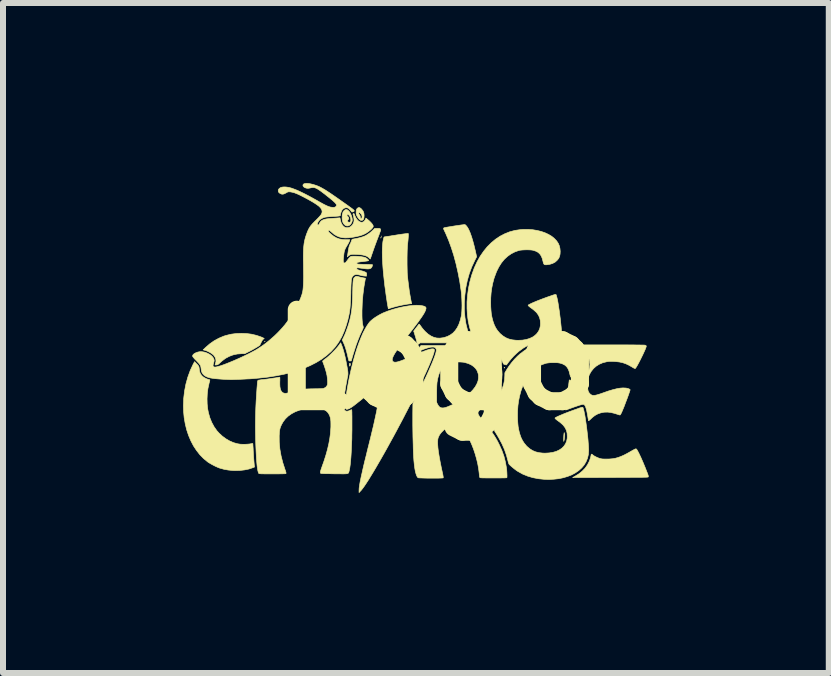
<source format=kicad_pcb>
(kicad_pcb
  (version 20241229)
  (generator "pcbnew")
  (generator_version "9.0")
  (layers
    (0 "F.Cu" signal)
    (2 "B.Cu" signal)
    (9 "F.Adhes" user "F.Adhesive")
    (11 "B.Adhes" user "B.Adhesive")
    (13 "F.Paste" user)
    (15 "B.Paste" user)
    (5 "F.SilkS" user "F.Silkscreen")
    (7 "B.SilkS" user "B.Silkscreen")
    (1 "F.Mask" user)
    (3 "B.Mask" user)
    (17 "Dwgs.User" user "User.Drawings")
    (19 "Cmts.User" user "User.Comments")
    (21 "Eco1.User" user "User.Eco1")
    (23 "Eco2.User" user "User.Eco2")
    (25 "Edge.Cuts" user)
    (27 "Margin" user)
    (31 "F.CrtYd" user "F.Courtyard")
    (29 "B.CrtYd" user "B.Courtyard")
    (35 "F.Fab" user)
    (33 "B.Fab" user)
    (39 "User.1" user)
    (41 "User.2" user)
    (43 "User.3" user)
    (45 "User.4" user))
  (footprint "Logo"
    (layer "F.Cu")
    (at 4.216 2.944)
    (property "Reference" "Logo" (at 0 0 0) (layer "F.SilkS") (effects (font (size 1.524 1.524) (thickness 0.3))))
    (attr through_hole)
    (fp_poly (pts (xy -0.914 -2.045) (xy -0.917 -2.042) (xy -0.919 -2.045) (xy -0.917 -2.047) (xy -0.914 -2.045)) (stroke (width 0.01) (type solid)) (fill yes) (layer "F.SilkS"))
    (fp_poly (pts (xy -0.909 -2.06) (xy -0.912 -2.057) (xy -0.914 -2.06) (xy -0.912 -2.062) (xy -0.909 -2.06)) (stroke (width 0.01) (type solid)) (fill yes) (layer "F.SilkS"))
    (fp_poly (pts (xy -0.921 -2.035) (xy -0.921 -2.029) (xy -0.921 -2.029) (xy -0.924 -2.029) (xy -0.925 -2.032) (xy -0.923 -2.036) (xy -0.921 -2.035)) (stroke (width 0.01) (type solid)) (fill yes) (layer "F.SilkS"))
    (fp_poly (pts (xy 1.138 0.125) (xy 1.141 0.131) (xy 1.14 0.132) (xy 1.135 0.137) (xy 1.133 0.132) (xy 1.133 0.129) (xy 1.135 0.124) (xy 1.138 0.125)) (stroke (width 0.01) (type solid)) (fill yes) (layer "F.SilkS"))
    (fp_poly (pts (xy -2.851 -0.307) (xy -2.852 -0.305) (xy -2.857 -0.3) (xy -2.858 -0.3) (xy -2.858 -0.303) (xy -2.857 -0.305) (xy -2.853 -0.31) (xy -2.852 -0.31) (xy -2.851 -0.307)) (stroke (width 0.01) (type solid)) (fill yes) (layer "F.SilkS"))
    (fp_poly (pts (xy -1.43 0.062) (xy -1.428 0.067) (xy -1.43 0.079) (xy -1.43 0.08) (xy -1.433 0.094) (xy -1.438 0.103) (xy -1.441 0.105) (xy -1.443 0.099) (xy -1.443 0.096) (xy -1.444 0.081) (xy -1.446 0.072) (xy -1.447 0.064) (xy -1.44 0.061) (xy -1.438 0.061) (xy -1.43 0.062)) (stroke (width 0.01) (type solid)) (fill yes) (layer "F.SilkS"))
    (fp_poly (pts (xy 2.134 1.214) (xy 2.136 1.229) (xy 2.138 1.251) (xy 2.138 1.276) (xy 2.136 1.302) (xy 2.134 1.324) (xy 2.131 1.339) (xy 2.125 1.359) (xy 2.124 1.328) (xy 2.124 1.306) (xy 2.125 1.283) (xy 2.126 1.26) (xy 2.128 1.24) (xy 2.13 1.224) (xy 2.132 1.215) (xy 2.133 1.213) (xy 2.134 1.214)) (stroke (width 0.01) (type solid)) (fill yes) (layer "F.SilkS"))
    (fp_poly (pts (xy -1.266 -2.53) (xy -1.247 -2.515) (xy -1.24 -2.507) (xy -1.221 -2.483) (xy -1.209 -2.46) (xy -1.203 -2.434) (xy -1.201 -2.403) (xy -1.203 -2.371) (xy -1.208 -2.348) (xy -1.218 -2.332) (xy -1.231 -2.324) (xy -1.241 -2.323) (xy -1.254 -2.323) (xy -1.265 -2.328) (xy -1.279 -2.339) (xy -1.292 -2.353) (xy -1.306 -2.372) (xy -1.316 -2.389) (xy -1.325 -2.407) (xy -1.331 -2.422) (xy -1.333 -2.438) (xy -1.333 -2.442) (xy -1.293 -2.442) (xy -1.292 -2.436) (xy -1.286 -2.426) (xy -1.28 -2.419) (xy -1.268 -2.4) (xy -1.264 -2.383) (xy -1.264 -2.381) (xy -1.262 -2.365) (xy -1.256 -2.355) (xy -1.248 -2.353) (xy -1.241 -2.358) (xy -1.237 -2.367) (xy -1.235 -2.381) (xy -1.234 -2.385) (xy -1.239 -2.408) (xy -1.252 -2.43) (xy -1.27 -2.447) (xy -1.279 -2.452) (xy -1.285 -2.45) (xy -1.289 -2.447) (xy -1.293 -2.442) (xy -1.333 -2.442) (xy -1.333 -2.46) (xy -1.332 -2.488) (xy -1.326 -2.509) (xy -1.314 -2.524) (xy -1.299 -2.534) (xy -1.283 -2.537) (xy -1.266 -2.53)) (stroke (width 0.01) (type solid)) (fill yes) (layer "F.SilkS"))
    (fp_poly (pts (xy -1.479 -2.498) (xy -1.461 -2.484) (xy -1.441 -2.461) (xy -1.424 -2.43) (xy -1.41 -2.395) (xy -1.4 -2.359) (xy -1.397 -2.325) (xy -1.397 -2.324) (xy -1.401 -2.305) (xy -1.41 -2.282) (xy -1.423 -2.261) (xy -1.438 -2.245) (xy -1.442 -2.243) (xy -1.466 -2.231) (xy -1.489 -2.23) (xy -1.512 -2.239) (xy -1.523 -2.248) (xy -1.543 -2.269) (xy -1.556 -2.294) (xy -1.564 -2.324) (xy -1.567 -2.361) (xy -1.567 -2.37) (xy -1.565 -2.41) (xy -1.565 -2.411) (xy -1.487 -2.411) (xy -1.486 -2.405) (xy -1.48 -2.397) (xy -1.475 -2.391) (xy -1.461 -2.374) (xy -1.455 -2.36) (xy -1.458 -2.347) (xy -1.465 -2.336) (xy -1.474 -2.325) (xy -1.478 -2.315) (xy -1.478 -2.314) (xy -1.474 -2.302) (xy -1.463 -2.295) (xy -1.45 -2.291) (xy -1.437 -2.293) (xy -1.427 -2.302) (xy -1.427 -2.302) (xy -1.422 -2.321) (xy -1.423 -2.345) (xy -1.429 -2.37) (xy -1.44 -2.393) (xy -1.455 -2.411) (xy -1.459 -2.415) (xy -1.469 -2.422) (xy -1.475 -2.422) (xy -1.482 -2.417) (xy -1.487 -2.411) (xy -1.565 -2.411) (xy -1.559 -2.441) (xy -1.55 -2.466) (xy -1.535 -2.485) (xy -1.531 -2.489) (xy -1.513 -2.501) (xy -1.497 -2.504) (xy -1.479 -2.498)) (stroke (width 0.01) (type solid)) (fill yes) (layer "F.SilkS"))
    (fp_poly (pts (xy -3.16 -0.438) (xy -3.076 -0.427) (xy -2.997 -0.408) (xy -2.966 -0.398) (xy -2.936 -0.388) (xy -2.91 -0.378) (xy -2.889 -0.369) (xy -2.874 -0.361) (xy -2.866 -0.355) (xy -2.865 -0.351) (xy -2.87 -0.351) (xy -2.878 -0.346) (xy -2.889 -0.335) (xy -2.901 -0.318) (xy -2.912 -0.298) (xy -2.919 -0.282) (xy -2.928 -0.264) (xy -2.936 -0.248) (xy -2.943 -0.239) (xy -2.943 -0.239) (xy -2.958 -0.229) (xy -2.98 -0.215) (xy -3.007 -0.199) (xy -3.038 -0.181) (xy -3.07 -0.163) (xy -3.102 -0.146) (xy -3.12 -0.137) (xy -3.19 -0.102) (xy -3.243 -0.102) (xy -3.314 -0.097) (xy -3.383 -0.082) (xy -3.447 -0.058) (xy -3.509 -0.025) (xy -3.566 0.018) (xy -3.594 0.043) (xy -3.611 0.059) (xy -3.627 0.072) (xy -3.64 0.08) (xy -3.644 0.082) (xy -3.661 0.085) (xy -3.674 0.086) (xy -3.682 0.084) (xy -3.683 0.083) (xy -3.681 0.076) (xy -3.677 0.063) (xy -3.676 0.058) (xy -3.668 0.024) (xy -3.671 -0.01) (xy -3.683 -0.043) (xy -3.704 -0.074) (xy -3.72 -0.089) (xy -3.742 -0.106) (xy -3.771 -0.124) (xy -3.803 -0.14) (xy -3.834 -0.153) (xy -3.855 -0.159) (xy -3.882 -0.166) (xy -3.841 -0.206) (xy -3.773 -0.265) (xy -3.699 -0.317) (xy -3.62 -0.36) (xy -3.537 -0.395) (xy -3.494 -0.408) (xy -3.415 -0.427) (xy -3.331 -0.438) (xy -3.245 -0.441) (xy -3.16 -0.438)) (stroke (width 0.01) (type solid)) (fill yes) (layer "F.SilkS"))
    (fp_poly (pts (xy -0.958 -2.189) (xy -0.944 -2.188) (xy -0.936 -2.186) (xy -0.931 -2.182) (xy -0.93 -2.18) (xy -0.925 -2.168) (xy -0.925 -2.162) (xy -0.926 -2.155) (xy -0.931 -2.14) (xy -0.939 -2.119) (xy -0.949 -2.091) (xy -0.961 -2.06) (xy -0.974 -2.025) (xy -0.975 -2.023) (xy -0.991 -1.981) (xy -1.008 -1.935) (xy -1.025 -1.889) (xy -1.041 -1.844) (xy -1.055 -1.804) (xy -1.061 -1.786) (xy -1.072 -1.755) (xy -1.081 -1.728) (xy -1.089 -1.705) (xy -1.095 -1.689) (xy -1.098 -1.68) (xy -1.099 -1.679) (xy -1.102 -1.682) (xy -1.11 -1.69) (xy -1.113 -1.694) (xy -1.134 -1.712) (xy -1.16 -1.727) (xy -1.193 -1.739) (xy -1.234 -1.748) (xy -1.283 -1.753) (xy -1.329 -1.756) (xy -1.365 -1.757) (xy -1.392 -1.757) (xy -1.413 -1.755) (xy -1.43 -1.751) (xy -1.444 -1.744) (xy -1.457 -1.735) (xy -1.462 -1.731) (xy -1.48 -1.715) (xy -1.476 -1.74) (xy -1.469 -1.787) (xy -1.464 -1.824) (xy -1.458 -1.854) (xy -1.453 -1.878) (xy -1.447 -1.897) (xy -1.442 -1.912) (xy -1.435 -1.925) (xy -1.435 -1.925) (xy -1.425 -1.946) (xy -1.416 -1.968) (xy -1.412 -1.98) (xy -1.406 -1.997) (xy -1.4 -2.006) (xy -1.395 -2.009) (xy -1.385 -2.011) (xy -1.369 -2.014) (xy -1.348 -2.018) (xy -1.339 -2.019) (xy -1.299 -2.028) (xy -1.26 -2.038) (xy -1.224 -2.049) (xy -1.193 -2.061) (xy -1.181 -2.066) (xy -1.147 -2.086) (xy -1.111 -2.111) (xy -1.078 -2.137) (xy -1.054 -2.159) (xy -1.025 -2.189) (xy -0.98 -2.189) (xy -0.958 -2.189)) (stroke (width 0.01) (type solid)) (fill yes) (layer "F.SilkS"))
    (fp_poly (pts (xy -1.301 -1.387) (xy -1.284 -1.382) (xy -1.262 -1.376) (xy -1.235 -1.37) (xy -1.215 -1.366) (xy -1.178 -1.359) (xy -1.181 -1.344) (xy -1.203 -1.218) (xy -1.22 -1.087) (xy -1.231 -0.953) (xy -1.236 -0.82) (xy -1.236 -0.787) (xy -1.236 -0.737) (xy -1.235 -0.694) (xy -1.233 -0.658) (xy -1.23 -0.627) (xy -1.226 -0.599) (xy -1.221 -0.573) (xy -1.215 -0.551) (xy -1.214 -0.543) (xy -1.215 -0.534) (xy -1.219 -0.521) (xy -1.227 -0.503) (xy -1.237 -0.483) (xy -1.268 -0.416) (xy -1.299 -0.339) (xy -1.331 -0.254) (xy -1.361 -0.162) (xy -1.391 -0.066) (xy -1.415 0.018) (xy -1.434 0.019) (xy -1.449 0.019) (xy -1.455 0.014) (xy -1.457 0.007) (xy -1.461 -0.008) (xy -1.466 -0.029) (xy -1.472 -0.055) (xy -1.475 -0.069) (xy -1.492 -0.137) (xy -1.509 -0.195) (xy -1.527 -0.246) (xy -1.545 -0.288) (xy -1.565 -0.33) (xy -1.547 -0.366) (xy -1.524 -0.415) (xy -1.501 -0.472) (xy -1.479 -0.533) (xy -1.458 -0.596) (xy -1.441 -0.657) (xy -1.438 -0.668) (xy -1.429 -0.708) (xy -1.42 -0.747) (xy -1.414 -0.785) (xy -1.408 -0.824) (xy -1.403 -0.865) (xy -1.4 -0.91) (xy -1.397 -0.96) (xy -1.394 -1.018) (xy -1.392 -1.084) (xy -1.392 -1.096) (xy -1.39 -1.154) (xy -1.389 -1.203) (xy -1.387 -1.243) (xy -1.386 -1.276) (xy -1.384 -1.302) (xy -1.382 -1.322) (xy -1.379 -1.338) (xy -1.376 -1.35) (xy -1.372 -1.36) (xy -1.367 -1.367) (xy -1.362 -1.373) (xy -1.359 -1.375) (xy -1.347 -1.385) (xy -1.335 -1.39) (xy -1.32 -1.391) (xy -1.301 -1.387)) (stroke (width 0.01) (type solid)) (fill yes) (layer "F.SilkS"))
    (fp_poly (pts (xy 3.334 1.485) (xy 3.339 1.49) (xy 3.344 1.497) (xy 3.346 1.5) (xy 3.358 1.521) (xy 3.373 1.549) (xy 3.39 1.584) (xy 3.409 1.624) (xy 3.428 1.667) (xy 3.448 1.713) (xy 3.467 1.759) (xy 3.479 1.788) (xy 3.496 1.831) (xy 3.509 1.865) (xy 3.52 1.892) (xy 3.527 1.912) (xy 3.532 1.927) (xy 3.534 1.938) (xy 3.534 1.945) (xy 3.533 1.95) (xy 3.531 1.952) (xy 3.528 1.953) (xy 3.52 1.954) (xy 3.508 1.955) (xy 3.489 1.956) (xy 3.465 1.956) (xy 3.435 1.957) (xy 3.398 1.957) (xy 3.354 1.958) (xy 3.303 1.958) (xy 3.243 1.958) (xy 3.175 1.959) (xy 3.098 1.959) (xy 3.012 1.959) (xy 2.917 1.96) (xy 2.899 1.96) (xy 2.273 1.961) (xy 2.311 1.94) (xy 2.376 1.9) (xy 2.432 1.855) (xy 2.48 1.806) (xy 2.519 1.751) (xy 2.55 1.691) (xy 2.563 1.654) (xy 2.57 1.632) (xy 2.576 1.61) (xy 2.579 1.595) (xy 2.582 1.578) (xy 2.588 1.571) (xy 2.596 1.573) (xy 2.604 1.58) (xy 2.617 1.591) (xy 2.637 1.604) (xy 2.662 1.617) (xy 2.69 1.63) (xy 2.717 1.64) (xy 2.717 1.64) (xy 2.733 1.645) (xy 2.748 1.648) (xy 2.763 1.651) (xy 2.782 1.652) (xy 2.806 1.653) (xy 2.837 1.653) (xy 2.889 1.652) (xy 2.937 1.648) (xy 2.984 1.64) (xy 3.03 1.627) (xy 3.077 1.61) (xy 3.127 1.588) (xy 3.181 1.56) (xy 3.236 1.529) (xy 3.267 1.511) (xy 3.291 1.498) (xy 3.308 1.489) (xy 3.32 1.484) (xy 3.328 1.483) (xy 3.334 1.485)) (stroke (width 0.01) (type solid)) (fill yes) (layer "F.SilkS"))
    (fp_poly (pts (xy -0.468 -2.106) (xy -0.465 -2.102) (xy -0.463 -2.093) (xy -0.463 -2.079) (xy -0.464 -2.057) (xy -0.466 -2.029) (xy -0.469 -1.991) (xy -0.474 -1.945) (xy -0.476 -1.928) (xy -0.479 -1.896) (xy -0.481 -1.856) (xy -0.483 -1.81) (xy -0.484 -1.758) (xy -0.485 -1.704) (xy -0.485 -1.648) (xy -0.485 -1.593) (xy -0.484 -1.54) (xy -0.483 -1.491) (xy -0.482 -1.448) (xy -0.48 -1.413) (xy -0.478 -1.4) (xy -0.472 -1.336) (xy -0.464 -1.273) (xy -0.456 -1.21) (xy -0.448 -1.15) (xy -0.439 -1.093) (xy -0.43 -1.043) (xy -0.422 -0.999) (xy -0.415 -0.965) (xy -0.408 -0.936) (xy -0.44 -0.933) (xy -0.49 -0.926) (xy -0.546 -0.916) (xy -0.604 -0.904) (xy -0.663 -0.89) (xy -0.718 -0.875) (xy -0.761 -0.862) (xy -0.778 -0.856) (xy -0.791 -0.852) (xy -0.797 -0.85) (xy -0.798 -0.85) (xy -0.798 -0.855) (xy -0.801 -0.869) (xy -0.804 -0.887) (xy -0.808 -0.907) (xy -0.811 -0.926) (xy -0.816 -0.954) (xy -0.821 -0.988) (xy -0.827 -1.027) (xy -0.833 -1.068) (xy -0.839 -1.11) (xy -0.84 -1.123) (xy -0.856 -1.235) (xy -0.868 -1.343) (xy -0.879 -1.446) (xy -0.887 -1.542) (xy -0.893 -1.632) (xy -0.897 -1.715) (xy -0.898 -1.79) (xy -0.897 -1.857) (xy -0.893 -1.916) (xy -0.888 -1.965) (xy -0.887 -1.971) (xy -0.882 -1.996) (xy -0.877 -2.018) (xy -0.872 -2.035) (xy -0.868 -2.045) (xy -0.866 -2.047) (xy -0.861 -2.048) (xy -0.847 -2.05) (xy -0.825 -2.054) (xy -0.796 -2.058) (xy -0.762 -2.063) (xy -0.723 -2.07) (xy -0.68 -2.076) (xy -0.67 -2.078) (xy -0.626 -2.085) (xy -0.586 -2.091) (xy -0.55 -2.096) (xy -0.519 -2.1) (xy -0.494 -2.103) (xy -0.477 -2.105) (xy -0.469 -2.106) (xy -0.468 -2.106)) (stroke (width 0.01) (type solid)) (fill yes) (layer "F.SilkS"))
    (fp_poly (pts (xy -3.989 0.068) (xy -3.973 0.084) (xy -3.963 0.097) (xy -3.955 0.109) (xy -3.951 0.123) (xy -3.948 0.141) (xy -3.945 0.166) (xy -3.945 0.172) (xy -3.938 0.205) (xy -3.926 0.234) (xy -3.905 0.262) (xy -3.9 0.267) (xy -3.881 0.284) (xy -3.855 0.301) (xy -3.827 0.315) (xy -3.8 0.325) (xy -3.79 0.328) (xy -3.776 0.331) (xy -3.771 0.335) (xy -3.771 0.342) (xy -3.771 0.342) (xy -3.773 0.352) (xy -3.777 0.368) (xy -3.783 0.389) (xy -3.786 0.404) (xy -3.803 0.482) (xy -3.813 0.565) (xy -3.817 0.65) (xy -3.815 0.734) (xy -3.807 0.814) (xy -3.794 0.881) (xy -3.77 0.966) (xy -3.738 1.044) (xy -3.699 1.116) (xy -3.653 1.181) (xy -3.616 1.222) (xy -3.562 1.272) (xy -3.502 1.316) (xy -3.44 1.352) (xy -3.375 1.38) (xy -3.31 1.398) (xy -3.287 1.402) (xy -3.257 1.406) (xy -3.22 1.407) (xy -3.181 1.407) (xy -3.142 1.405) (xy -3.109 1.402) (xy -3.096 1.4) (xy -3.077 1.396) (xy -3.063 1.394) (xy -3.055 1.394) (xy -3.055 1.394) (xy -3.054 1.399) (xy -3.053 1.413) (xy -3.052 1.434) (xy -3.05 1.461) (xy -3.048 1.492) (xy -3.048 1.504) (xy -3.044 1.575) (xy -3.04 1.638) (xy -3.035 1.698) (xy -3.03 1.756) (xy -3.026 1.786) (xy -3.054 1.797) (xy -3.119 1.819) (xy -3.192 1.834) (xy -3.27 1.843) (xy -3.352 1.845) (xy -3.396 1.843) (xy -3.465 1.836) (xy -3.533 1.824) (xy -3.597 1.806) (xy -3.6 1.806) (xy -3.637 1.792) (xy -3.679 1.773) (xy -3.722 1.751) (xy -3.763 1.728) (xy -3.799 1.706) (xy -3.807 1.7) (xy -3.874 1.645) (xy -3.935 1.583) (xy -3.991 1.512) (xy -4.042 1.435) (xy -4.086 1.351) (xy -4.124 1.262) (xy -4.156 1.167) (xy -4.18 1.068) (xy -4.198 0.965) (xy -4.208 0.859) (xy -4.211 0.767) (xy -4.206 0.643) (xy -4.192 0.522) (xy -4.169 0.403) (xy -4.137 0.288) (xy -4.097 0.178) (xy -4.05 0.077) (xy -4.025 0.03) (xy -3.989 0.068)) (stroke (width 0.01) (type solid)) (fill yes) (layer "F.SilkS"))
    (fp_poly (pts (xy 0.478 -2.253) (xy 0.491 -2.245) (xy 0.505 -2.229) (xy 0.522 -2.207) (xy 0.537 -2.18) (xy 0.546 -2.162) (xy 0.567 -2.113) (xy 0.588 -2.054) (xy 0.609 -1.986) (xy 0.63 -1.908) (xy 0.651 -1.82) (xy 0.653 -1.812) (xy 0.674 -1.717) (xy 0.645 -1.66) (xy 0.593 -1.549) (xy 0.551 -1.436) (xy 0.518 -1.319) (xy 0.493 -1.197) (xy 0.477 -1.071) (xy 0.469 -0.942) (xy 0.469 -0.822) (xy 0.479 -0.708) (xy 0.496 -0.599) (xy 0.522 -0.495) (xy 0.557 -0.395) (xy 0.583 -0.335) (xy 0.608 -0.282) (xy -0.268 -0.282) (xy -0.309 -0.25) (xy -0.327 -0.319) (xy -0.335 -0.349) (xy -0.344 -0.381) (xy -0.353 -0.41) (xy -0.36 -0.433) (xy -0.36 -0.434) (xy -0.375 -0.479) (xy -0.334 -0.533) (xy -0.318 -0.554) (xy -0.304 -0.572) (xy -0.294 -0.585) (xy -0.288 -0.593) (xy -0.287 -0.593) (xy -0.283 -0.595) (xy -0.277 -0.59) (xy -0.269 -0.579) (xy -0.256 -0.561) (xy -0.254 -0.558) (xy -0.239 -0.537) (xy -0.219 -0.512) (xy -0.197 -0.487) (xy -0.181 -0.47) (xy -0.134 -0.428) (xy -0.087 -0.397) (xy -0.039 -0.375) (xy 0.01 -0.363) (xy 0.061 -0.361) (xy 0.115 -0.368) (xy 0.13 -0.371) (xy 0.186 -0.389) (xy 0.236 -0.415) (xy 0.28 -0.447) (xy 0.318 -0.488) (xy 0.351 -0.536) (xy 0.379 -0.593) (xy 0.401 -0.658) (xy 0.419 -0.732) (xy 0.42 -0.738) (xy 0.424 -0.769) (xy 0.427 -0.808) (xy 0.429 -0.854) (xy 0.43 -0.904) (xy 0.429 -0.957) (xy 0.427 -1.011) (xy 0.424 -1.064) (xy 0.42 -1.114) (xy 0.415 -1.153) (xy 0.392 -1.308) (xy 0.363 -1.457) (xy 0.33 -1.602) (xy 0.293 -1.74) (xy 0.251 -1.871) (xy 0.206 -1.994) (xy 0.157 -2.109) (xy 0.143 -2.138) (xy 0.132 -2.161) (xy 0.125 -2.177) (xy 0.123 -2.187) (xy 0.124 -2.193) (xy 0.129 -2.198) (xy 0.131 -2.199) (xy 0.139 -2.201) (xy 0.155 -2.205) (xy 0.178 -2.209) (xy 0.207 -2.214) (xy 0.239 -2.219) (xy 0.275 -2.225) (xy 0.311 -2.231) (xy 0.348 -2.236) (xy 0.382 -2.241) (xy 0.414 -2.246) (xy 0.44 -2.249) (xy 0.461 -2.252) (xy 0.474 -2.253) (xy 0.478 -2.253)) (stroke (width 0.01) (type solid)) (fill yes) (layer "F.SilkS"))
    (fp_poly (pts (xy 3.005 -0.249) (xy 3.093 -0.249) (xy 3.172 -0.249) (xy 3.241 -0.248) (xy 3.301 -0.248) (xy 3.352 -0.247) (xy 3.394 -0.247) (xy 3.428 -0.246) (xy 3.454 -0.246) (xy 3.472 -0.245) (xy 3.482 -0.244) (xy 3.484 -0.243) (xy 3.497 -0.236) (xy 3.5 -0.227) (xy 3.498 -0.216) (xy 3.491 -0.198) (xy 3.482 -0.173) (xy 3.469 -0.144) (xy 3.454 -0.111) (xy 3.437 -0.075) (xy 3.419 -0.039) (xy 3.401 -0.002) (xy 3.383 0.033) (xy 3.366 0.065) (xy 3.35 0.094) (xy 3.336 0.117) (xy 3.325 0.134) (xy 3.317 0.144) (xy 3.314 0.146) (xy 3.307 0.144) (xy 3.294 0.138) (xy 3.277 0.129) (xy 3.268 0.123) (xy 3.213 0.091) (xy 3.16 0.066) (xy 3.107 0.048) (xy 3.052 0.036) (xy 2.99 0.029) (xy 2.957 0.027) (xy 2.92 0.026) (xy 2.891 0.026) (xy 2.866 0.028) (xy 2.841 0.032) (xy 2.837 0.033) (xy 2.774 0.049) (xy 2.716 0.074) (xy 2.665 0.106) (xy 2.621 0.145) (xy 2.583 0.192) (xy 2.553 0.244) (xy 2.534 0.295) (xy 2.529 0.311) (xy 2.526 0.327) (xy 2.524 0.344) (xy 2.523 0.365) (xy 2.522 0.392) (xy 2.522 0.411) (xy 2.523 0.452) (xy 2.525 0.484) (xy 2.529 0.509) (xy 2.536 0.529) (xy 2.545 0.546) (xy 2.558 0.562) (xy 2.56 0.564) (xy 2.573 0.576) (xy 2.587 0.585) (xy 2.603 0.591) (xy 2.621 0.593) (xy 2.643 0.592) (xy 2.67 0.586) (xy 2.703 0.577) (xy 2.743 0.564) (xy 2.791 0.547) (xy 2.791 0.547) (xy 2.871 0.519) (xy 2.942 0.498) (xy 3.006 0.482) (xy 3.062 0.472) (xy 3.111 0.468) (xy 3.153 0.47) (xy 3.165 0.471) (xy 3.193 0.477) (xy 3.214 0.485) (xy 3.227 0.493) (xy 3.231 0.5) (xy 3.229 0.507) (xy 3.224 0.522) (xy 3.217 0.543) (xy 3.208 0.57) (xy 3.197 0.601) (xy 3.185 0.634) (xy 3.172 0.668) (xy 3.159 0.702) (xy 3.147 0.734) (xy 3.136 0.763) (xy 3.131 0.777) (xy 3.113 0.82) (xy 3.098 0.856) (xy 3.085 0.885) (xy 3.074 0.905) (xy 3.066 0.917) (xy 3.062 0.919) (xy 3.053 0.918) (xy 3.039 0.914) (xy 3.025 0.909) (xy 2.963 0.89) (xy 2.907 0.877) (xy 2.857 0.871) (xy 2.811 0.872) (xy 2.795 0.873) (xy 2.741 0.884) (xy 2.692 0.901) (xy 2.646 0.926) (xy 2.603 0.959) (xy 2.582 0.979) (xy 2.565 0.995) (xy 2.551 1.007) (xy 2.542 1.014) (xy 2.538 1.015) (xy 2.536 1.007) (xy 2.534 0.992) (xy 2.53 0.971) (xy 2.526 0.946) (xy 2.525 0.94) (xy 2.515 0.885) (xy 2.506 0.841) (xy 2.496 0.805) (xy 2.487 0.778) (xy 2.476 0.759) (xy 2.465 0.747) (xy 2.453 0.742) (xy 2.449 0.742) (xy 2.436 0.743) (xy 2.415 0.748) (xy 2.387 0.756) (xy 2.351 0.768) (xy 2.307 0.783) (xy 2.262 0.799) (xy 2.232 0.81) (xy 2.205 0.82) (xy 2.183 0.828) (xy 2.168 0.833) (xy 2.16 0.836) (xy 2.159 0.836) (xy 2.16 0.828) (xy 2.161 0.811) (xy 2.164 0.786) (xy 2.167 0.755) (xy 2.171 0.72) (xy 2.175 0.68) (xy 2.18 0.638) (xy 2.185 0.595) (xy 2.19 0.552) (xy 2.195 0.511) (xy 2.195 0.509) (xy 2.217 0.335) (xy 2.232 0.339) (xy 2.253 0.341) (xy 2.28 0.341) (xy 2.31 0.339) (xy 2.341 0.334) (xy 2.359 0.33) (xy 2.411 0.313) (xy 2.455 0.288) (xy 2.492 0.256) (xy 2.522 0.219) (xy 2.543 0.176) (xy 2.556 0.128) (xy 2.56 0.076) (xy 2.555 0.021) (xy 2.541 -0.035) (xy 2.518 -0.087) (xy 2.485 -0.135) (xy 2.443 -0.179) (xy 2.392 -0.218) (xy 2.392 -0.218) (xy 2.346 -0.249) (xy 2.907 -0.249) (xy 3.005 -0.249)) (stroke (width 0.01) (type solid)) (fill yes) (layer "F.SilkS"))
    (fp_poly (pts (xy -0.277 -0.907) (xy -0.258 -0.905) (xy -0.223 -0.899) (xy -0.198 -0.892) (xy -0.181 -0.883) (xy -0.171 -0.872) (xy -0.169 -0.859) (xy -0.17 -0.852) (xy -0.174 -0.836) (xy -0.181 -0.817) (xy -0.191 -0.795) (xy -0.205 -0.77) (xy -0.223 -0.741) (xy -0.245 -0.708) (xy -0.272 -0.67) (xy -0.303 -0.626) (xy -0.34 -0.577) (xy -0.382 -0.521) (xy -0.431 -0.458) (xy -0.465 -0.414) (xy -0.516 -0.347) (xy -0.562 -0.287) (xy -0.601 -0.234) (xy -0.635 -0.188) (xy -0.663 -0.147) (xy -0.686 -0.112) (xy -0.704 -0.081) (xy -0.717 -0.055) (xy -0.726 -0.033) (xy -0.731 -0.014) (xy -0.732 0.001) (xy -0.729 0.014) (xy -0.724 0.024) (xy -0.713 0.033) (xy -0.699 0.038) (xy -0.698 0.038) (xy -0.686 0.04) (xy -0.673 0.039) (xy -0.656 0.037) (xy -0.636 0.032) (xy -0.612 0.025) (xy -0.583 0.015) (xy -0.549 0.002) (xy -0.508 -0.014) (xy -0.461 -0.034) (xy -0.406 -0.057) (xy -0.343 -0.085) (xy -0.312 -0.098) (xy -0.255 -0.123) (xy -0.205 -0.143) (xy -0.163 -0.159) (xy -0.128 -0.17) (xy -0.099 -0.178) (xy -0.075 -0.182) (xy -0.056 -0.183) (xy -0.043 -0.181) (xy -0.035 -0.177) (xy -0.031 -0.169) (xy -0.03 -0.158) (xy -0.033 -0.139) (xy -0.04 -0.111) (xy -0.052 -0.075) (xy -0.068 -0.031) (xy -0.088 0.02) (xy -0.112 0.078) (xy -0.14 0.142) (xy -0.171 0.212) (xy -0.207 0.288) (xy -0.245 0.369) (xy -0.286 0.454) (xy -0.331 0.544) (xy -0.348 0.579) (xy -0.399 0.681) (xy -0.452 0.784) (xy -0.505 0.886) (xy -0.558 0.989) (xy -0.612 1.09) (xy -0.665 1.19) (xy -0.718 1.288) (xy -0.771 1.384) (xy -0.822 1.477) (xy -0.872 1.566) (xy -0.921 1.652) (xy -0.968 1.733) (xy -1.012 1.809) (xy -1.055 1.881) (xy -1.095 1.946) (xy -1.131 2.005) (xy -1.165 2.057) (xy -1.195 2.102) (xy -1.222 2.139) (xy -1.244 2.168) (xy -1.258 2.183) (xy -1.285 2.212) (xy -1.285 2.178) (xy -1.284 2.158) (xy -1.283 2.135) (xy -1.279 2.108) (xy -1.274 2.075) (xy -1.268 2.038) (xy -1.259 1.995) (xy -1.249 1.945) (xy -1.236 1.889) (xy -1.222 1.826) (xy -1.206 1.756) (xy -1.187 1.677) (xy -1.165 1.59) (xy -1.142 1.494) (xy -1.12 1.407) (xy -1.092 1.294) (xy -1.067 1.19) (xy -1.044 1.095) (xy -1.025 1.009) (xy -1.008 0.931) (xy -0.993 0.862) (xy -0.982 0.8) (xy -0.972 0.745) (xy -0.966 0.698) (xy -0.961 0.657) (xy -0.959 0.622) (xy -0.959 0.594) (xy -0.962 0.571) (xy -0.966 0.554) (xy -0.967 0.552) (xy -0.98 0.534) (xy -0.998 0.523) (xy -1.02 0.521) (xy -1.033 0.524) (xy -1.048 0.528) (xy -1.063 0.534) (xy -1.078 0.542) (xy -1.096 0.552) (xy -1.117 0.565) (xy -1.141 0.582) (xy -1.169 0.604) (xy -1.204 0.63) (xy -1.244 0.662) (xy -1.269 0.682) (xy -1.31 0.714) (xy -1.344 0.741) (xy -1.372 0.763) (xy -1.396 0.78) (xy -1.415 0.793) (xy -1.432 0.803) (xy -1.446 0.811) (xy -1.459 0.817) (xy -1.463 0.818) (xy -1.483 0.824) (xy -1.497 0.823) (xy -1.505 0.816) (xy -1.507 0.807) (xy -1.508 0.791) (xy -1.509 0.767) (xy -1.508 0.739) (xy -1.507 0.709) (xy -1.506 0.677) (xy -1.503 0.646) (xy -1.501 0.62) (xy -1.492 0.551) (xy -1.48 0.474) (xy -1.465 0.392) (xy -1.449 0.307) (xy -1.43 0.221) (xy -1.411 0.135) (xy -1.39 0.053) (xy -1.379 0.01) (xy -1.349 -0.095) (xy -1.318 -0.194) (xy -1.286 -0.285) (xy -1.253 -0.368) (xy -1.221 -0.443) (xy -1.187 -0.509) (xy -1.154 -0.566) (xy -1.121 -0.614) (xy -1.106 -0.633) (xy -1.083 -0.655) (xy -1.053 -0.68) (xy -1.017 -0.706) (xy -0.977 -0.731) (xy -0.935 -0.755) (xy -0.892 -0.777) (xy -0.871 -0.786) (xy -0.806 -0.812) (xy -0.737 -0.835) (xy -0.666 -0.856) (xy -0.594 -0.874) (xy -0.523 -0.888) (xy -0.455 -0.899) (xy -0.39 -0.906) (xy -0.33 -0.909) (xy -0.277 -0.907)) (stroke (width 0.01) (type solid)) (fill yes) (layer "F.SilkS"))
    (fp_poly (pts (xy 1.533 -2.173) (xy 1.609 -2.167) (xy 1.682 -2.155) (xy 1.751 -2.138) (xy 1.814 -2.116) (xy 1.872 -2.089) (xy 1.924 -2.058) (xy 1.968 -2.022) (xy 2.005 -1.983) (xy 2.034 -1.94) (xy 2.053 -1.895) (xy 2.062 -1.853) (xy 2.066 -1.808) (xy 2.064 -1.766) (xy 2.061 -1.746) (xy 2.053 -1.718) (xy 2.044 -1.696) (xy 2.031 -1.677) (xy 2.013 -1.656) (xy 2.012 -1.655) (xy 1.98 -1.627) (xy 1.94 -1.606) (xy 1.893 -1.591) (xy 1.84 -1.583) (xy 1.84 -1.583) (xy 1.821 -1.583) (xy 1.807 -1.585) (xy 1.797 -1.592) (xy 1.789 -1.605) (xy 1.783 -1.625) (xy 1.778 -1.646) (xy 1.765 -1.694) (xy 1.747 -1.734) (xy 1.724 -1.766) (xy 1.696 -1.791) (xy 1.66 -1.81) (xy 1.616 -1.824) (xy 1.604 -1.827) (xy 1.58 -1.83) (xy 1.548 -1.832) (xy 1.513 -1.833) (xy 1.475 -1.832) (xy 1.439 -1.83) (xy 1.408 -1.827) (xy 1.383 -1.823) (xy 1.379 -1.822) (xy 1.311 -1.798) (xy 1.247 -1.765) (xy 1.189 -1.724) (xy 1.135 -1.674) (xy 1.087 -1.615) (xy 1.044 -1.547) (xy 1.006 -1.471) (xy 0.974 -1.386) (xy 0.963 -1.354) (xy 0.942 -1.275) (xy 0.926 -1.196) (xy 0.915 -1.116) (xy 0.909 -1.032) (xy 0.908 -0.953) (xy 0.909 -0.884) (xy 0.913 -0.824) (xy 0.918 -0.77) (xy 0.927 -0.72) (xy 0.938 -0.672) (xy 0.948 -0.638) (xy 0.968 -0.582) (xy 0.992 -0.533) (xy 1.02 -0.49) (xy 1.053 -0.451) (xy 1.066 -0.437) (xy 1.111 -0.399) (xy 1.158 -0.369) (xy 1.21 -0.347) (xy 1.268 -0.333) (xy 1.331 -0.326) (xy 1.367 -0.325) (xy 1.435 -0.328) (xy 1.498 -0.338) (xy 1.554 -0.355) (xy 1.603 -0.377) (xy 1.645 -0.406) (xy 1.68 -0.44) (xy 1.707 -0.479) (xy 1.726 -0.523) (xy 1.736 -0.572) (xy 1.737 -0.604) (xy 1.734 -0.657) (xy 1.722 -0.704) (xy 1.702 -0.746) (xy 1.674 -0.785) (xy 1.661 -0.798) (xy 1.641 -0.816) (xy 1.62 -0.835) (xy 1.6 -0.85) (xy 1.596 -0.853) (xy 1.57 -0.871) (xy 1.551 -0.887) (xy 1.537 -0.899) (xy 1.532 -0.908) (xy 1.532 -0.91) (xy 1.539 -0.916) (xy 1.556 -0.925) (xy 1.579 -0.937) (xy 1.61 -0.951) (xy 1.645 -0.966) (xy 1.686 -0.983) (xy 1.73 -1) (xy 1.777 -1.018) (xy 1.826 -1.036) (xy 1.856 -1.047) (xy 1.897 -1.061) (xy 1.928 -1.072) (xy 1.952 -1.08) (xy 1.97 -1.086) (xy 1.983 -1.088) (xy 1.991 -1.088) (xy 1.997 -1.086) (xy 2 -1.08) (xy 2.002 -1.073) (xy 2.005 -1.063) (xy 2.006 -1.059) (xy 2.013 -1.032) (xy 2.021 -0.997) (xy 2.029 -0.954) (xy 2.037 -0.904) (xy 2.045 -0.85) (xy 2.054 -0.793) (xy 2.061 -0.733) (xy 2.069 -0.673) (xy 2.075 -0.614) (xy 2.081 -0.556) (xy 2.086 -0.502) (xy 2.09 -0.452) (xy 2.092 -0.408) (xy 2.093 -0.371) (xy 2.093 -0.37) (xy 2.093 -0.33) (xy 2.051 -0.334) (xy 2.023 -0.336) (xy 1.989 -0.337) (xy 1.951 -0.338) (xy 1.913 -0.337) (xy 1.876 -0.336) (xy 1.842 -0.335) (xy 1.815 -0.333) (xy 1.798 -0.331) (xy 1.704 -0.31) (xy 1.616 -0.281) (xy 1.532 -0.243) (xy 1.452 -0.196) (xy 1.379 -0.143) (xy 1.337 -0.106) (xy 1.292 -0.063) (xy 1.249 -0.016) (xy 1.21 0.032) (xy 1.186 0.065) (xy 1.177 0.077) (xy 1.17 0.084) (xy 1.168 0.086) (xy 1.162 0.084) (xy 1.15 0.081) (xy 1.143 0.079) (xy 1.131 0.075) (xy 1.123 0.07) (xy 1.117 0.061) (xy 1.11 0.045) (xy 1.11 0.043) (xy 1.082 -0.018) (xy 1.045 -0.073) (xy 1 -0.122) (xy 0.947 -0.166) (xy 0.886 -0.203) (xy 0.879 -0.207) (xy 0.838 -0.225) (xy 0.791 -0.242) (xy 0.743 -0.257) (xy 0.704 -0.265) (xy 0.685 -0.269) (xy 0.674 -0.273) (xy 0.666 -0.279) (xy 0.658 -0.289) (xy 0.656 -0.292) (xy 0.645 -0.312) (xy 0.631 -0.34) (xy 0.616 -0.371) (xy 0.602 -0.404) (xy 0.589 -0.436) (xy 0.585 -0.447) (xy 0.556 -0.542) (xy 0.534 -0.643) (xy 0.52 -0.748) (xy 0.514 -0.856) (xy 0.514 -0.967) (xy 0.523 -1.078) (xy 0.538 -1.19) (xy 0.561 -1.3) (xy 0.591 -1.409) (xy 0.628 -1.513) (xy 0.637 -1.536) (xy 0.682 -1.634) (xy 0.733 -1.725) (xy 0.79 -1.808) (xy 0.851 -1.883) (xy 0.918 -1.95) (xy 0.989 -2.009) (xy 1.064 -2.059) (xy 1.143 -2.1) (xy 1.226 -2.133) (xy 1.313 -2.156) (xy 1.403 -2.169) (xy 1.453 -2.173) (xy 1.533 -2.173)) (stroke (width 0.01) (type solid)) (fill yes) (layer "F.SilkS"))
    (fp_poly (pts (xy 1.98 -0.293) (xy 2.056 -0.287) (xy 2.129 -0.275) (xy 2.198 -0.258) (xy 2.261 -0.236) (xy 2.319 -0.209) (xy 2.371 -0.178) (xy 2.415 -0.143) (xy 2.452 -0.103) (xy 2.481 -0.061) (xy 2.5 -0.016) (xy 2.509 0.027) (xy 2.513 0.071) (xy 2.511 0.114) (xy 2.508 0.134) (xy 2.5 0.162) (xy 2.491 0.184) (xy 2.478 0.203) (xy 2.46 0.224) (xy 2.46 0.225) (xy 2.427 0.252) (xy 2.387 0.273) (xy 2.34 0.288) (xy 2.287 0.296) (xy 2.287 0.296) (xy 2.268 0.297) (xy 2.254 0.295) (xy 2.244 0.288) (xy 2.236 0.275) (xy 2.23 0.254) (xy 2.225 0.234) (xy 2.212 0.185) (xy 2.194 0.145) (xy 2.172 0.113) (xy 2.143 0.088) (xy 2.107 0.069) (xy 2.063 0.055) (xy 2.051 0.053) (xy 2.027 0.049) (xy 1.995 0.047) (xy 1.96 0.047) (xy 1.922 0.047) (xy 1.886 0.049) (xy 1.855 0.053) (xy 1.83 0.057) (xy 1.826 0.058) (xy 1.758 0.082) (xy 1.694 0.114) (xy 1.636 0.156) (xy 1.582 0.206) (xy 1.534 0.265) (xy 1.491 0.332) (xy 1.453 0.408) (xy 1.421 0.493) (xy 1.41 0.526) (xy 1.389 0.605) (xy 1.373 0.683) (xy 1.362 0.763) (xy 1.356 0.848) (xy 1.355 0.927) (xy 1.356 0.995) (xy 1.36 1.056) (xy 1.365 1.11) (xy 1.374 1.16) (xy 1.385 1.208) (xy 1.395 1.242) (xy 1.415 1.298) (xy 1.439 1.346) (xy 1.467 1.389) (xy 1.5 1.429) (xy 1.513 1.443) (xy 1.558 1.481) (xy 1.605 1.511) (xy 1.657 1.533) (xy 1.715 1.547) (xy 1.778 1.554) (xy 1.814 1.555) (xy 1.882 1.551) (xy 1.945 1.541) (xy 2.001 1.525) (xy 2.05 1.502) (xy 2.092 1.474) (xy 2.127 1.44) (xy 2.154 1.4) (xy 2.173 1.356) (xy 2.183 1.307) (xy 2.184 1.275) (xy 2.181 1.222) (xy 2.169 1.175) (xy 2.149 1.133) (xy 2.121 1.095) (xy 2.108 1.081) (xy 2.088 1.063) (xy 2.067 1.045) (xy 2.047 1.029) (xy 2.043 1.027) (xy 2.017 1.008) (xy 1.998 0.993) (xy 1.984 0.98) (xy 1.979 0.972) (xy 1.979 0.97) (xy 1.987 0.963) (xy 2.003 0.954) (xy 2.026 0.943) (xy 2.057 0.929) (xy 2.093 0.914) (xy 2.133 0.897) (xy 2.177 0.88) (xy 2.224 0.862) (xy 2.273 0.844) (xy 2.303 0.833) (xy 2.344 0.819) (xy 2.375 0.807) (xy 2.399 0.799) (xy 2.417 0.794) (xy 2.43 0.791) (xy 2.438 0.791) (xy 2.444 0.794) (xy 2.447 0.799) (xy 2.449 0.807) (xy 2.452 0.817) (xy 2.453 0.82) (xy 2.461 0.848) (xy 2.468 0.884) (xy 2.477 0.928) (xy 2.485 0.978) (xy 2.493 1.032) (xy 2.501 1.09) (xy 2.509 1.151) (xy 2.516 1.211) (xy 2.523 1.272) (xy 2.529 1.33) (xy 2.533 1.385) (xy 2.537 1.435) (xy 2.539 1.479) (xy 2.54 1.514) (xy 2.535 1.578) (xy 2.521 1.639) (xy 2.497 1.697) (xy 2.465 1.751) (xy 2.424 1.8) (xy 2.374 1.845) (xy 2.317 1.884) (xy 2.26 1.915) (xy 2.192 1.942) (xy 2.118 1.964) (xy 2.042 1.98) (xy 1.967 1.988) (xy 1.958 1.989) (xy 1.933 1.99) (xy 1.911 1.992) (xy 1.894 1.993) (xy 1.887 1.993) (xy 1.877 1.993) (xy 1.858 1.993) (xy 1.834 1.992) (xy 1.808 1.991) (xy 1.803 1.991) (xy 1.705 1.981) (xy 1.611 1.963) (xy 1.523 1.937) (xy 1.44 1.903) (xy 1.363 1.86) (xy 1.347 1.85) (xy 1.326 1.835) (xy 1.302 1.817) (xy 1.278 1.797) (xy 1.255 1.778) (xy 1.235 1.76) (xy 1.22 1.746) (xy 1.212 1.736) (xy 1.208 1.726) (xy 1.202 1.709) (xy 1.197 1.688) (xy 1.196 1.684) (xy 1.171 1.59) (xy 1.138 1.495) (xy 1.095 1.398) (xy 1.043 1.301) (xy 1.013 1.25) (xy 0.973 1.186) (xy 0.967 1.13) (xy 0.963 1.08) (xy 0.961 1.022) (xy 0.961 0.96) (xy 0.963 0.896) (xy 0.967 0.833) (xy 0.972 0.773) (xy 0.979 0.72) (xy 0.983 0.699) (xy 0.988 0.678) (xy 0.994 0.661) (xy 1.002 0.645) (xy 1.016 0.626) (xy 1.018 0.623) (xy 1.063 0.555) (xy 1.098 0.485) (xy 1.123 0.413) (xy 1.138 0.339) (xy 1.143 0.267) (xy 1.144 0.216) (xy 1.172 0.168) (xy 1.211 0.108) (xy 1.256 0.048) (xy 1.305 -0.01) (xy 1.356 -0.062) (xy 1.396 -0.098) (xy 1.472 -0.155) (xy 1.55 -0.202) (xy 1.631 -0.239) (xy 1.716 -0.266) (xy 1.805 -0.284) (xy 1.897 -0.293) (xy 1.9 -0.293) (xy 1.98 -0.293)) (stroke (width 0.01) (type solid)) (fill yes) (layer "F.SilkS"))
    (fp_poly (pts (xy 0.235 -0.239) (xy 0.304 -0.239) (xy 0.364 -0.238) (xy 0.416 -0.238) (xy 0.46 -0.238) (xy 0.498 -0.237) (xy 0.53 -0.237) (xy 0.557 -0.236) (xy 0.58 -0.235) (xy 0.599 -0.234) (xy 0.614 -0.233) (xy 0.628 -0.231) (xy 0.628 -0.231) (xy 0.71 -0.218) (xy 0.783 -0.198) (xy 0.849 -0.172) (xy 0.907 -0.139) (xy 0.958 -0.1) (xy 1.001 -0.055) (xy 1.038 -0.002) (xy 1.045 0.01) (xy 1.07 0.065) (xy 1.087 0.126) (xy 1.096 0.193) (xy 1.098 0.244) (xy 1.094 0.32) (xy 1.081 0.391) (xy 1.059 0.459) (xy 1.029 0.524) (xy 0.988 0.587) (xy 0.953 0.631) (xy 0.931 0.655) (xy 0.901 0.683) (xy 0.863 0.718) (xy 0.817 0.757) (xy 0.765 0.799) (xy 0.736 0.824) (xy 0.716 0.844) (xy 0.703 0.862) (xy 0.697 0.878) (xy 0.697 0.894) (xy 0.703 0.912) (xy 0.706 0.918) (xy 0.712 0.928) (xy 0.723 0.944) (xy 0.739 0.964) (xy 0.758 0.988) (xy 0.779 1.014) (xy 0.785 1.021) (xy 0.833 1.08) (xy 0.875 1.133) (xy 0.912 1.182) (xy 0.944 1.228) (xy 0.973 1.272) (xy 1 1.317) (xy 1.025 1.362) (xy 1.049 1.41) (xy 1.094 1.509) (xy 1.129 1.607) (xy 1.154 1.706) (xy 1.17 1.796) (xy 1.174 1.823) (xy 1.176 1.853) (xy 1.178 1.882) (xy 1.179 1.91) (xy 1.18 1.933) (xy 1.179 1.952) (xy 1.178 1.963) (xy 1.177 1.964) (xy 1.171 1.965) (xy 1.156 1.966) (xy 1.134 1.967) (xy 1.105 1.967) (xy 1.072 1.968) (xy 1.034 1.968) (xy 0.994 1.968) (xy 0.953 1.968) (xy 0.912 1.968) (xy 0.873 1.968) (xy 0.836 1.968) (xy 0.803 1.967) (xy 0.775 1.967) (xy 0.753 1.966) (xy 0.74 1.965) (xy 0.736 1.965) (xy 0.731 1.963) (xy 0.727 1.96) (xy 0.724 1.953) (xy 0.722 1.942) (xy 0.72 1.925) (xy 0.717 1.899) (xy 0.717 1.895) (xy 0.707 1.814) (xy 0.692 1.731) (xy 0.672 1.647) (xy 0.648 1.564) (xy 0.621 1.483) (xy 0.59 1.405) (xy 0.557 1.332) (xy 0.522 1.265) (xy 0.485 1.205) (xy 0.447 1.154) (xy 0.443 1.149) (xy 0.424 1.129) (xy 0.401 1.111) (xy 0.377 1.095) (xy 0.355 1.083) (xy 0.342 1.079) (xy 0.317 1.078) (xy 0.286 1.084) (xy 0.252 1.094) (xy 0.216 1.11) (xy 0.181 1.13) (xy 0.177 1.132) (xy 0.127 1.169) (xy 0.087 1.209) (xy 0.055 1.251) (xy 0.034 1.296) (xy 0.033 1.298) (xy 0.027 1.326) (xy 0.024 1.363) (xy 0.025 1.409) (xy 0.029 1.465) (xy 0.037 1.53) (xy 0.049 1.604) (xy 0.064 1.687) (xy 0.082 1.778) (xy 0.094 1.835) (xy 0.103 1.876) (xy 0.11 1.907) (xy 0.114 1.931) (xy 0.117 1.948) (xy 0.118 1.958) (xy 0.117 1.965) (xy 0.116 1.967) (xy 0.109 1.968) (xy 0.093 1.969) (xy 0.069 1.97) (xy 0.04 1.971) (xy 0.006 1.971) (xy -0.032 1.971) (xy -0.072 1.971) (xy -0.112 1.971) (xy -0.152 1.971) (xy -0.189 1.97) (xy -0.224 1.969) (xy -0.253 1.968) (xy -0.277 1.967) (xy -0.293 1.966) (xy -0.3 1.965) (xy -0.313 1.953) (xy -0.325 1.931) (xy -0.336 1.9) (xy -0.347 1.859) (xy -0.356 1.809) (xy -0.364 1.75) (xy -0.371 1.682) (xy -0.376 1.61) (xy -0.378 1.573) (xy -0.38 1.527) (xy -0.382 1.473) (xy -0.383 1.414) (xy -0.385 1.351) (xy -0.387 1.285) (xy -0.388 1.218) (xy -0.389 1.152) (xy -0.39 1.087) (xy -0.39 1.026) (xy -0.39 0.969) (xy -0.39 0.919) (xy -0.39 0.892) (xy -0.388 0.729) (xy -0.324 0.601) (xy -0.308 0.569) (xy 0.008 0.569) (xy 0.008 0.709) (xy 0.021 0.737) (xy 0.039 0.767) (xy 0.059 0.788) (xy 0.083 0.799) (xy 0.112 0.802) (xy 0.146 0.797) (xy 0.15 0.796) (xy 0.185 0.784) (xy 0.226 0.767) (xy 0.271 0.747) (xy 0.318 0.723) (xy 0.365 0.697) (xy 0.409 0.67) (xy 0.437 0.652) (xy 0.505 0.601) (xy 0.563 0.551) (xy 0.611 0.501) (xy 0.65 0.451) (xy 0.678 0.401) (xy 0.697 0.352) (xy 0.705 0.303) (xy 0.704 0.254) (xy 0.698 0.226) (xy 0.682 0.182) (xy 0.657 0.144) (xy 0.623 0.111) (xy 0.582 0.083) (xy 0.533 0.061) (xy 0.477 0.045) (xy 0.454 0.04) (xy 0.43 0.038) (xy 0.399 0.036) (xy 0.364 0.036) (xy 0.328 0.038) (xy 0.293 0.04) (xy 0.264 0.044) (xy 0.241 0.048) (xy 0.241 0.048) (xy 0.194 0.065) (xy 0.153 0.088) (xy 0.117 0.118) (xy 0.087 0.155) (xy 0.061 0.201) (xy 0.041 0.254) (xy 0.025 0.316) (xy 0.014 0.378) (xy 0.012 0.404) (xy 0.01 0.439) (xy 0.009 0.482) (xy 0.008 0.531) (xy 0.008 0.569) (xy -0.308 0.569) (xy -0.278 0.509) (xy -0.235 0.421) (xy -0.195 0.337) (xy -0.158 0.258) (xy -0.125 0.185) (xy -0.095 0.116) (xy -0.068 0.054) (xy -0.046 -0.001) (xy -0.027 -0.05) (xy -0.013 -0.092) (xy -0.003 -0.126) (xy 0.002 -0.152) (xy 0.003 -0.17) (xy 0.003 -0.171) (xy -0.004 -0.186) (xy -0.015 -0.2) (xy -0.016 -0.2) (xy -0.027 -0.208) (xy -0.039 -0.212) (xy -0.057 -0.213) (xy -0.062 -0.213) (xy -0.09 -0.211) (xy -0.126 -0.203) (xy -0.167 -0.191) (xy -0.212 -0.175) (xy -0.26 -0.155) (xy -0.268 -0.152) (xy -0.285 -0.144) (xy -0.297 -0.139) (xy -0.303 -0.137) (xy -0.303 -0.137) (xy -0.305 -0.141) (xy -0.303 -0.152) (xy -0.298 -0.167) (xy -0.291 -0.184) (xy -0.282 -0.201) (xy -0.273 -0.216) (xy -0.265 -0.225) (xy -0.252 -0.239) (xy 0.157 -0.239) (xy 0.235 -0.239)) (stroke (width 0.01) (type solid)) (fill yes) (layer "F.SilkS"))
    (fp_poly (pts (xy -1.576 -0.248) (xy -1.56 -0.205) (xy -1.544 -0.154) (xy -1.528 -0.094) (xy -1.512 -0.026) (xy -1.501 0.028) (xy -1.492 0.077) (xy -1.484 0.118) (xy -1.478 0.152) (xy -1.474 0.179) (xy -1.471 0.201) (xy -1.47 0.22) (xy -1.47 0.237) (xy -1.471 0.253) (xy -1.474 0.269) (xy -1.477 0.285) (xy -1.483 0.313) (xy -1.489 0.348) (xy -1.496 0.387) (xy -1.504 0.429) (xy -1.511 0.471) (xy -1.517 0.51) (xy -1.523 0.545) (xy -1.527 0.573) (xy -1.529 0.584) (xy -1.533 0.624) (xy -1.537 0.665) (xy -1.539 0.705) (xy -1.541 0.741) (xy -1.541 0.771) (xy -1.539 0.794) (xy -1.539 0.795) (xy -1.533 0.824) (xy -1.521 0.843) (xy -1.504 0.854) (xy -1.482 0.856) (xy -1.455 0.85) (xy -1.438 0.842) (xy -1.423 0.835) (xy -1.412 0.831) (xy -1.407 0.831) (xy -1.406 0.837) (xy -1.405 0.852) (xy -1.404 0.876) (xy -1.404 0.906) (xy -1.403 0.941) (xy -1.403 0.982) (xy -1.403 1.026) (xy -1.403 1.072) (xy -1.403 1.12) (xy -1.403 1.168) (xy -1.404 1.215) (xy -1.405 1.26) (xy -1.405 1.303) (xy -1.406 1.341) (xy -1.407 1.353) (xy -1.411 1.452) (xy -1.415 1.54) (xy -1.42 1.619) (xy -1.426 1.688) (xy -1.432 1.748) (xy -1.439 1.798) (xy -1.447 1.838) (xy -1.45 1.852) (xy -1.453 1.863) (xy -1.456 1.873) (xy -1.459 1.881) (xy -1.463 1.887) (xy -1.47 1.892) (xy -1.48 1.895) (xy -1.494 1.898) (xy -1.513 1.899) (xy -1.538 1.9) (xy -1.57 1.9) (xy -1.61 1.899) (xy -1.659 1.899) (xy -1.692 1.899) (xy -1.738 1.898) (xy -1.781 1.897) (xy -1.821 1.897) (xy -1.855 1.896) (xy -1.883 1.895) (xy -1.904 1.894) (xy -1.916 1.893) (xy -1.919 1.892) (xy -1.926 1.889) (xy -1.929 1.882) (xy -1.929 1.87) (xy -1.926 1.854) (xy -1.919 1.83) (xy -1.908 1.799) (xy -1.906 1.792) (xy -1.868 1.685) (xy -1.836 1.584) (xy -1.81 1.49) (xy -1.789 1.4) (xy -1.773 1.313) (xy -1.762 1.229) (xy -1.756 1.146) (xy -1.754 1.118) (xy -1.754 1.066) (xy -1.755 1.023) (xy -1.759 0.987) (xy -1.766 0.955) (xy -1.776 0.926) (xy -1.78 0.917) (xy -1.802 0.881) (xy -1.831 0.852) (xy -1.868 0.829) (xy -1.912 0.814) (xy -1.942 0.808) (xy -1.974 0.804) (xy -2.012 0.803) (xy -2.055 0.804) (xy -2.099 0.806) (xy -2.142 0.809) (xy -2.18 0.814) (xy -2.201 0.818) (xy -2.277 0.838) (xy -2.347 0.865) (xy -2.409 0.898) (xy -2.464 0.937) (xy -2.511 0.982) (xy -2.549 1.032) (xy -2.573 1.074) (xy -2.587 1.103) (xy -2.597 1.129) (xy -2.604 1.154) (xy -2.609 1.181) (xy -2.612 1.211) (xy -2.614 1.249) (xy -2.615 1.264) (xy -2.614 1.375) (xy -2.604 1.486) (xy -2.584 1.599) (xy -2.555 1.714) (xy -2.517 1.831) (xy -2.509 1.852) (xy -2.504 1.87) (xy -2.501 1.884) (xy -2.501 1.892) (xy -2.502 1.894) (xy -2.506 1.895) (xy -2.512 1.897) (xy -2.522 1.898) (xy -2.537 1.898) (xy -2.557 1.899) (xy -2.584 1.899) (xy -2.618 1.9) (xy -2.66 1.9) (xy -2.711 1.9) (xy -2.728 1.9) (xy -2.781 1.9) (xy -2.825 1.9) (xy -2.861 1.9) (xy -2.89 1.899) (xy -2.912 1.899) (xy -2.928 1.898) (xy -2.939 1.897) (xy -2.947 1.896) (xy -2.952 1.895) (xy -2.955 1.893) (xy -2.956 1.89) (xy -2.956 1.89) (xy -2.964 1.872) (xy -2.971 1.845) (xy -2.977 1.81) (xy -2.983 1.767) (xy -2.988 1.715) (xy -2.993 1.654) (xy -2.997 1.584) (xy -3.001 1.504) (xy -3.005 1.414) (xy -3.008 1.315) (xy -3.008 1.303) (xy -3.01 1.202) (xy -3.011 1.104) (xy -3.01 1.006) (xy -3.008 0.908) (xy -3.005 0.807) (xy -3 0.701) (xy -2.993 0.589) (xy -2.985 0.47) (xy -2.981 0.425) (xy -2.979 0.394) (xy -2.977 0.373) (xy -2.975 0.358) (xy -2.972 0.349) (xy -2.969 0.343) (xy -2.966 0.341) (xy -2.964 0.34) (xy -2.956 0.338) (xy -2.939 0.336) (xy -2.917 0.332) (xy -2.89 0.329) (xy -2.875 0.328) (xy -2.842 0.324) (xy -2.803 0.319) (xy -2.762 0.313) (xy -2.722 0.307) (xy -2.703 0.304) (xy -2.673 0.3) (xy -2.647 0.296) (xy -2.626 0.292) (xy -2.612 0.29) (xy -2.606 0.29) (xy -2.604 0.294) (xy -2.604 0.307) (xy -2.604 0.327) (xy -2.604 0.352) (xy -2.605 0.364) (xy -2.605 0.409) (xy -2.603 0.446) (xy -2.598 0.476) (xy -2.591 0.501) (xy -2.58 0.522) (xy -2.562 0.543) (xy -2.538 0.555) (xy -2.51 0.559) (xy -2.479 0.554) (xy -2.456 0.545) (xy -2.423 0.532) (xy -2.393 0.52) (xy -2.364 0.511) (xy -2.335 0.503) (xy -2.304 0.497) (xy -2.27 0.493) (xy -2.232 0.489) (xy -2.188 0.487) (xy -2.137 0.485) (xy -2.078 0.483) (xy -2.06 0.483) (xy -2.013 0.482) (xy -1.974 0.482) (xy -1.944 0.481) (xy -1.921 0.48) (xy -1.903 0.479) (xy -1.889 0.478) (xy -1.88 0.476) (xy -1.872 0.474) (xy -1.865 0.471) (xy -1.859 0.468) (xy -1.857 0.467) (xy -1.837 0.454) (xy -1.822 0.436) (xy -1.82 0.432) (xy -1.815 0.422) (xy -1.811 0.412) (xy -1.81 0.401) (xy -1.809 0.386) (xy -1.809 0.365) (xy -1.81 0.345) (xy -1.813 0.305) (xy -1.818 0.265) (xy -1.827 0.223) (xy -1.839 0.178) (xy -1.855 0.127) (xy -1.863 0.104) (xy -1.872 0.078) (xy -1.88 0.056) (xy -1.887 0.038) (xy -1.891 0.027) (xy -1.891 0.025) (xy -1.89 0.019) (xy -1.881 0.01) (xy -1.864 -0.003) (xy -1.848 -0.015) (xy -1.822 -0.035) (xy -1.792 -0.061) (xy -1.76 -0.09) (xy -1.727 -0.123) (xy -1.694 -0.156) (xy -1.665 -0.188) (xy -1.64 -0.217) (xy -1.622 -0.24) (xy -1.591 -0.284) (xy -1.576 -0.248)) (stroke (width 0.01) (type solid)) (fill yes) (layer "F.SilkS"))
    (fp_poly (pts (xy -2.135 -2.938) (xy -2.101 -2.933) (xy -2.065 -2.925) (xy -2.061 -2.924) (xy -2.036 -2.917) (xy -2.011 -2.909) (xy -1.988 -2.901) (xy -1.965 -2.892) (xy -1.941 -2.881) (xy -1.916 -2.868) (xy -1.889 -2.853) (xy -1.859 -2.836) (xy -1.826 -2.815) (xy -1.789 -2.791) (xy -1.747 -2.763) (xy -1.699 -2.73) (xy -1.646 -2.693) (xy -1.585 -2.65) (xy -1.521 -2.605) (xy -1.48 -2.576) (xy -1.447 -2.552) (xy -1.421 -2.533) (xy -1.4 -2.518) (xy -1.386 -2.506) (xy -1.375 -2.498) (xy -1.369 -2.491) (xy -1.366 -2.486) (xy -1.365 -2.482) (xy -1.365 -2.481) (xy -1.37 -2.472) (xy -1.382 -2.466) (xy -1.387 -2.465) (xy -1.401 -2.462) (xy -1.407 -2.464) (xy -1.407 -2.465) (xy -1.411 -2.471) (xy -1.42 -2.482) (xy -1.432 -2.496) (xy -1.446 -2.509) (xy -1.459 -2.521) (xy -1.469 -2.528) (xy -1.469 -2.528) (xy -1.492 -2.534) (xy -1.516 -2.532) (xy -1.539 -2.522) (xy -1.56 -2.505) (xy -1.568 -2.495) (xy -1.579 -2.473) (xy -1.588 -2.448) (xy -1.594 -2.425) (xy -1.595 -2.413) (xy -1.595 -2.408) (xy -1.597 -2.403) (xy -1.602 -2.4) (xy -1.61 -2.397) (xy -1.623 -2.395) (xy -1.642 -2.393) (xy -1.668 -2.391) (xy -1.702 -2.389) (xy -1.73 -2.388) (xy -1.771 -2.385) (xy -1.803 -2.382) (xy -1.829 -2.379) (xy -1.85 -2.376) (xy -1.868 -2.371) (xy -1.885 -2.365) (xy -1.902 -2.357) (xy -1.903 -2.357) (xy -1.935 -2.337) (xy -1.959 -2.311) (xy -1.974 -2.282) (xy -1.979 -2.263) (xy -1.978 -2.251) (xy -1.969 -2.246) (xy -1.966 -2.245) (xy -1.958 -2.249) (xy -1.95 -2.261) (xy -1.946 -2.269) (xy -1.935 -2.29) (xy -1.921 -2.308) (xy -1.905 -2.321) (xy -1.883 -2.332) (xy -1.856 -2.341) (xy -1.823 -2.348) (xy -1.781 -2.353) (xy -1.731 -2.356) (xy -1.722 -2.357) (xy -1.691 -2.359) (xy -1.662 -2.361) (xy -1.639 -2.363) (xy -1.622 -2.364) (xy -1.613 -2.365) (xy -1.613 -2.365) (xy -1.607 -2.366) (xy -1.603 -2.362) (xy -1.6 -2.353) (xy -1.597 -2.335) (xy -1.596 -2.332) (xy -1.585 -2.289) (xy -1.568 -2.254) (xy -1.545 -2.226) (xy -1.525 -2.211) (xy -1.499 -2.201) (xy -1.472 -2.201) (xy -1.445 -2.208) (xy -1.42 -2.223) (xy -1.398 -2.244) (xy -1.381 -2.272) (xy -1.371 -2.299) (xy -1.368 -2.323) (xy -1.37 -2.354) (xy -1.376 -2.387) (xy -1.38 -2.402) (xy -1.385 -2.418) (xy -1.386 -2.427) (xy -1.384 -2.432) (xy -1.382 -2.434) (xy -1.375 -2.437) (xy -1.37 -2.436) (xy -1.365 -2.43) (xy -1.36 -2.415) (xy -1.357 -2.408) (xy -1.341 -2.372) (xy -1.321 -2.341) (xy -1.299 -2.317) (xy -1.275 -2.3) (xy -1.251 -2.292) (xy -1.242 -2.291) (xy -1.219 -2.295) (xy -1.201 -2.308) (xy -1.185 -2.329) (xy -1.181 -2.337) (xy -1.17 -2.361) (xy -1.145 -2.341) (xy -1.116 -2.316) (xy -1.09 -2.291) (xy -1.07 -2.268) (xy -1.057 -2.249) (xy -1.056 -2.247) (xy -1.05 -2.234) (xy -1.048 -2.224) (xy -1.051 -2.215) (xy -1.054 -2.207) (xy -1.064 -2.194) (xy -1.08 -2.176) (xy -1.102 -2.157) (xy -1.127 -2.138) (xy -1.153 -2.119) (xy -1.164 -2.112) (xy -1.196 -2.095) (xy -1.231 -2.08) (xy -1.271 -2.067) (xy -1.317 -2.056) (xy -1.372 -2.045) (xy -1.392 -2.042) (xy -1.458 -2.033) (xy -1.516 -2.031) (xy -1.569 -2.036) (xy -1.617 -2.048) (xy -1.661 -2.067) (xy -1.703 -2.093) (xy -1.736 -2.121) (xy -1.753 -2.136) (xy -1.768 -2.148) (xy -1.778 -2.157) (xy -1.782 -2.159) (xy -1.789 -2.156) (xy -1.793 -2.152) (xy -1.796 -2.145) (xy -1.794 -2.137) (xy -1.787 -2.126) (xy -1.773 -2.112) (xy -1.752 -2.093) (xy -1.746 -2.088) (xy -1.702 -2.055) (xy -1.658 -2.03) (xy -1.611 -2.013) (xy -1.56 -2.004) (xy -1.503 -2.001) (xy -1.5 -2.001) (xy -1.438 -2.001) (xy -1.445 -1.98) (xy -1.45 -1.967) (xy -1.459 -1.948) (xy -1.472 -1.926) (xy -1.485 -1.903) (xy -1.501 -1.876) (xy -1.514 -1.852) (xy -1.523 -1.83) (xy -1.53 -1.807) (xy -1.535 -1.781) (xy -1.539 -1.749) (xy -1.542 -1.721) (xy -1.546 -1.686) (xy -1.548 -1.661) (xy -1.547 -1.642) (xy -1.546 -1.63) (xy -1.542 -1.622) (xy -1.536 -1.616) (xy -1.534 -1.616) (xy -1.525 -1.613) (xy -1.516 -1.615) (xy -1.506 -1.623) (xy -1.494 -1.639) (xy -1.483 -1.653) (xy -1.46 -1.685) (xy -1.44 -1.708) (xy -1.422 -1.721) (xy -1.416 -1.723) (xy -1.401 -1.725) (xy -1.379 -1.726) (xy -1.351 -1.726) (xy -1.321 -1.725) (xy -1.291 -1.723) (xy -1.264 -1.72) (xy -1.258 -1.72) (xy -1.226 -1.714) (xy -1.202 -1.71) (xy -1.184 -1.705) (xy -1.17 -1.698) (xy -1.158 -1.69) (xy -1.145 -1.68) (xy -1.144 -1.678) (xy -1.131 -1.666) (xy -1.126 -1.658) (xy -1.126 -1.653) (xy -1.128 -1.651) (xy -1.136 -1.649) (xy -1.151 -1.646) (xy -1.174 -1.643) (xy -1.201 -1.639) (xy -1.224 -1.636) (xy -1.258 -1.633) (xy -1.282 -1.629) (xy -1.299 -1.626) (xy -1.31 -1.623) (xy -1.317 -1.62) (xy -1.319 -1.617) (xy -1.323 -1.609) (xy -1.319 -1.602) (xy -1.318 -1.601) (xy -1.314 -1.598) (xy -1.306 -1.596) (xy -1.294 -1.594) (xy -1.276 -1.593) (xy -1.251 -1.592) (xy -1.217 -1.59) (xy -1.187 -1.59) (xy -1.153 -1.589) (xy -1.122 -1.588) (xy -1.097 -1.587) (xy -1.077 -1.586) (xy -1.066 -1.586) (xy -1.063 -1.586) (xy -1.061 -1.58) (xy -1.063 -1.568) (xy -1.067 -1.555) (xy -1.069 -1.55) (xy -1.078 -1.536) (xy -1.088 -1.526) (xy -1.102 -1.519) (xy -1.119 -1.515) (xy -1.143 -1.514) (xy -1.173 -1.516) (xy -1.211 -1.521) (xy -1.234 -1.524) (xy -1.264 -1.528) (xy -1.286 -1.531) (xy -1.3 -1.533) (xy -1.31 -1.533) (xy -1.315 -1.532) (xy -1.318 -1.529) (xy -1.32 -1.526) (xy -1.321 -1.524) (xy -1.323 -1.517) (xy -1.321 -1.511) (xy -1.313 -1.505) (xy -1.298 -1.498) (xy -1.275 -1.491) (xy -1.248 -1.484) (xy -1.222 -1.477) (xy -1.199 -1.469) (xy -1.182 -1.462) (xy -1.171 -1.457) (xy -1.171 -1.457) (xy -1.163 -1.449) (xy -1.159 -1.44) (xy -1.159 -1.426) (xy -1.159 -1.421) (xy -1.161 -1.394) (xy -1.191 -1.396) (xy -1.211 -1.398) (xy -1.236 -1.402) (xy -1.26 -1.408) (xy -1.265 -1.41) (xy -1.3 -1.418) (xy -1.328 -1.422) (xy -1.351 -1.418) (xy -1.371 -1.409) (xy -1.388 -1.393) (xy -1.394 -1.385) (xy -1.399 -1.378) (xy -1.404 -1.369) (xy -1.407 -1.358) (xy -1.411 -1.344) (xy -1.413 -1.326) (xy -1.415 -1.303) (xy -1.417 -1.274) (xy -1.419 -1.238) (xy -1.42 -1.194) (xy -1.422 -1.142) (xy -1.422 -1.115) (xy -1.424 -1.049) (xy -1.426 -0.992) (xy -1.429 -0.943) (xy -1.432 -0.899) (xy -1.435 -0.861) (xy -1.44 -0.825) (xy -1.445 -0.792) (xy -1.45 -0.762) (xy -1.472 -0.663) (xy -1.5 -0.568) (xy -1.532 -0.478) (xy -1.568 -0.394) (xy -1.585 -0.362) (xy -1.633 -0.282) (xy -1.689 -0.206) (xy -1.753 -0.136) (xy -1.827 -0.071) (xy -1.909 -0.01) (xy -1.999 0.045) (xy -2.099 0.096) (xy -2.207 0.142) (xy -2.298 0.175) (xy -2.412 0.21) (xy -2.535 0.24) (xy -2.666 0.266) (xy -2.805 0.288) (xy -2.951 0.304) (xy -3.076 0.315) (xy -3.104 0.317) (xy -3.137 0.318) (xy -3.174 0.32) (xy -3.214 0.322) (xy -3.254 0.324) (xy -3.294 0.326) (xy -3.331 0.327) (xy -3.364 0.328) (xy -3.391 0.329) (xy -3.411 0.329) (xy -3.421 0.329) (xy -3.433 0.329) (xy -3.453 0.328) (xy -3.479 0.327) (xy -3.508 0.326) (xy -3.53 0.325) (xy -3.566 0.323) (xy -3.605 0.32) (xy -3.643 0.317) (xy -3.677 0.314) (xy -3.688 0.313) (xy -3.736 0.306) (xy -3.775 0.299) (xy -3.807 0.289) (xy -3.833 0.278) (xy -3.856 0.264) (xy -3.873 0.25) (xy -3.892 0.228) (xy -3.905 0.204) (xy -3.912 0.175) (xy -3.914 0.16) (xy -3.917 0.137) (xy -3.92 0.118) (xy -3.924 0.102) (xy -3.931 0.088) (xy -3.942 0.073) (xy -3.957 0.055) (xy -3.978 0.033) (xy -3.99 0.02) (xy -4.011 -0.002) (xy -4.03 -0.022) (xy -4.044 -0.04) (xy -4.054 -0.052) (xy -4.057 -0.059) (xy -4.056 -0.075) (xy -4.045 -0.091) (xy -4.026 -0.106) (xy -3.998 -0.12) (xy -3.968 -0.13) (xy -3.934 -0.136) (xy -3.898 -0.135) (xy -3.86 -0.128) (xy -3.822 -0.115) (xy -3.787 -0.098) (xy -3.755 -0.078) (xy -3.729 -0.054) (xy -3.71 -0.028) (xy -3.703 -0.01) (xy -3.699 0.004) (xy -3.699 0.017) (xy -3.702 0.032) (xy -3.705 0.043) (xy -3.712 0.068) (xy -3.716 0.086) (xy -3.717 0.098) (xy -3.715 0.106) (xy -3.71 0.112) (xy -3.706 0.115) (xy -3.697 0.119) (xy -3.688 0.121) (xy -3.675 0.12) (xy -3.66 0.118) (xy -3.629 0.11) (xy -3.59 0.099) (xy -3.544 0.083) (xy -3.494 0.064) (xy -3.439 0.042) (xy -3.381 0.018) (xy -3.321 -0.008) (xy -3.261 -0.035) (xy -3.201 -0.063) (xy -3.143 -0.091) (xy -3.088 -0.119) (xy -3.037 -0.146) (xy -2.992 -0.171) (xy -2.976 -0.181) (xy -2.909 -0.225) (xy -2.838 -0.276) (xy -2.768 -0.334) (xy -2.698 -0.395) (xy -2.632 -0.459) (xy -2.572 -0.523) (xy -2.519 -0.585) (xy -2.473 -0.646) (xy -2.429 -0.71) (xy -2.387 -0.776) (xy -2.348 -0.842) (xy -2.312 -0.908) (xy -2.282 -0.972) (xy -2.256 -1.033) (xy -2.236 -1.089) (xy -2.224 -1.135) (xy -2.219 -1.166) (xy -2.215 -1.207) (xy -2.212 -1.257) (xy -2.21 -1.317) (xy -2.209 -1.386) (xy -2.21 -1.465) (xy -2.211 -1.552) (xy -2.211 -1.587) (xy -2.213 -1.663) (xy -2.213 -1.73) (xy -2.212 -1.79) (xy -2.21 -1.843) (xy -2.206 -1.89) (xy -2.201 -1.934) (xy -2.194 -1.974) (xy -2.185 -2.013) (xy -2.174 -2.051) (xy -2.161 -2.09) (xy -2.153 -2.111) (xy -2.14 -2.144) (xy -2.127 -2.173) (xy -2.113 -2.198) (xy -2.098 -2.222) (xy -2.079 -2.246) (xy -2.056 -2.272) (xy -2.027 -2.302) (xy -2.001 -2.327) (xy -1.978 -2.35) (xy -1.957 -2.372) (xy -1.938 -2.393) (xy -1.924 -2.41) (xy -1.916 -2.42) (xy -1.903 -2.448) (xy -1.9 -2.475) (xy -1.907 -2.502) (xy -1.924 -2.529) (xy -1.951 -2.557) (xy -1.962 -2.565) (xy -1.987 -2.584) (xy -2.02 -2.606) (xy -2.059 -2.63) (xy -2.102 -2.655) (xy -2.147 -2.68) (xy -2.194 -2.705) (xy -2.239 -2.728) (xy -2.281 -2.749) (xy -2.319 -2.766) (xy -2.35 -2.778) (xy -2.357 -2.781) (xy -2.382 -2.788) (xy -2.408 -2.794) (xy -2.431 -2.798) (xy -2.434 -2.798) (xy -2.452 -2.799) (xy -2.465 -2.798) (xy -2.476 -2.794) (xy -2.491 -2.787) (xy -2.503 -2.779) (xy -2.53 -2.766) (xy -2.552 -2.759) (xy -2.573 -2.76) (xy -2.594 -2.768) (xy -2.596 -2.769) (xy -2.617 -2.783) (xy -2.629 -2.801) (xy -2.631 -2.821) (xy -2.626 -2.84) (xy -2.611 -2.857) (xy -2.589 -2.871) (xy -2.566 -2.877) (xy -2.536 -2.88) (xy -2.502 -2.879) (xy -2.467 -2.874) (xy -2.446 -2.87) (xy -2.407 -2.859) (xy -2.363 -2.843) (xy -2.315 -2.824) (xy -2.261 -2.799) (xy -2.201 -2.77) (xy -2.135 -2.736) (xy -2.061 -2.696) (xy -1.991 -2.657) (xy -1.944 -2.63) (xy -1.904 -2.608) (xy -1.871 -2.59) (xy -1.843 -2.576) (xy -1.82 -2.565) (xy -1.801 -2.557) (xy -1.784 -2.551) (xy -1.768 -2.546) (xy -1.753 -2.543) (xy -1.751 -2.543) (xy -1.72 -2.539) (xy -1.697 -2.54) (xy -1.679 -2.547) (xy -1.667 -2.558) (xy -1.661 -2.57) (xy -1.661 -2.582) (xy -1.668 -2.596) (xy -1.682 -2.614) (xy -1.701 -2.632) (xy -1.717 -2.647) (xy -1.739 -2.666) (xy -1.766 -2.688) (xy -1.797 -2.713) (xy -1.829 -2.738) (xy -1.86 -2.763) (xy -1.891 -2.786) (xy -1.917 -2.806) (xy -1.93 -2.815) (xy -1.962 -2.837) (xy -1.989 -2.853) (xy -2.012 -2.863) (xy -2.033 -2.869) (xy -2.054 -2.87) (xy -2.078 -2.867) (xy -2.102 -2.862) (xy -2.123 -2.858) (xy -2.14 -2.857) (xy -2.156 -2.859) (xy -2.164 -2.86) (xy -2.187 -2.868) (xy -2.204 -2.879) (xy -2.216 -2.893) (xy -2.22 -2.907) (xy -2.216 -2.92) (xy -2.206 -2.93) (xy -2.189 -2.936) (xy -2.165 -2.939) (xy -2.135 -2.938)) (stroke (width 0.01) (type solid)) (fill yes) (layer "F.SilkS")))
  (gr_rect
    (start -3 -3)
    (end 10.756 8.161)
    (stroke (width 0.1) (type default))
    (fill no)
    (layer "Edge.Cuts")))
</source>
